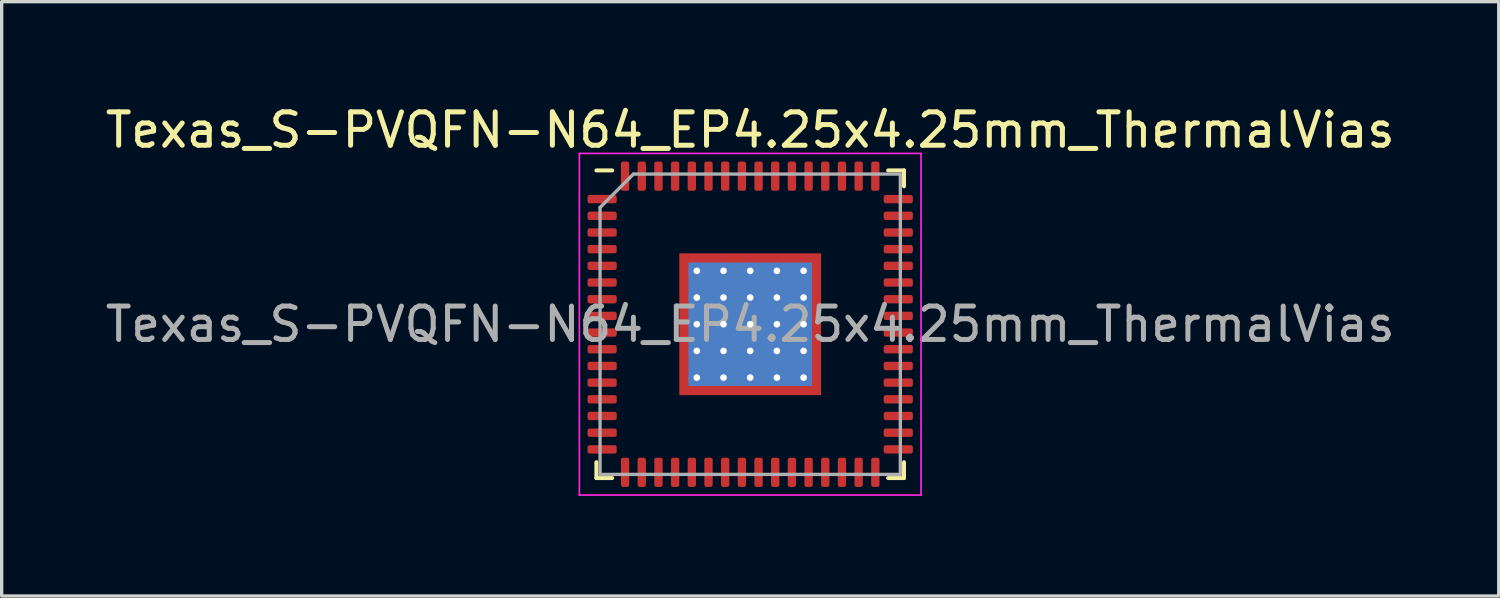
<source format=kicad_pcb>
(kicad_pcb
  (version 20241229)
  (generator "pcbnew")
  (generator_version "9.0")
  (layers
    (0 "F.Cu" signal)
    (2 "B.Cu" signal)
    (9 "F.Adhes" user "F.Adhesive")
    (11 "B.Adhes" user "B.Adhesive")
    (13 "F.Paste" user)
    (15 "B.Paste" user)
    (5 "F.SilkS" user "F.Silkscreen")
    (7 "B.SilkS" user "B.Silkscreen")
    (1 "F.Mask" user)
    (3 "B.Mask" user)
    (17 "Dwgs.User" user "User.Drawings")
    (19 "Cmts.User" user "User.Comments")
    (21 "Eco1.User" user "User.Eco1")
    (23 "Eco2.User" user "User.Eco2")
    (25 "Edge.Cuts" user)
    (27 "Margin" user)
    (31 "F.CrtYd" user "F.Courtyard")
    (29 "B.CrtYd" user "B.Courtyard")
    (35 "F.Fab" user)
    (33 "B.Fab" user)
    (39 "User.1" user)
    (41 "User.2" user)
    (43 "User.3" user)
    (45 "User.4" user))
  (footprint "Texas_S-PVQFN-N64_EP4.25x4.25mm_ThermalVias"
    (layer "F.Cu")
    (at 19.435 6.668)
    (property "Reference" "Texas_S-PVQFN-N64_EP4.25x4.25mm_ThermalVias" (at 0 -5.82 0) (layer "F.SilkS") (effects (font (size 1 1) (thickness 0.15))))
    (attr smd)
    (fp_line (start -4.61 4.61) (end -4.61 4.135) (stroke (width 0.12) (type solid)) (layer "F.SilkS"))
    (fp_line (start -4.135 -4.61) (end -4.61 -4.61) (stroke (width 0.12) (type solid)) (layer "F.SilkS"))
    (fp_line (start -4.135 4.61) (end -4.61 4.61) (stroke (width 0.12) (type solid)) (layer "F.SilkS"))
    (fp_line (start 4.135 -4.61) (end 4.61 -4.61) (stroke (width 0.12) (type solid)) (layer "F.SilkS"))
    (fp_line (start 4.135 4.61) (end 4.61 4.61) (stroke (width 0.12) (type solid)) (layer "F.SilkS"))
    (fp_line (start 4.61 -4.61) (end 4.61 -4.135) (stroke (width 0.12) (type solid)) (layer "F.SilkS"))
    (fp_line (start 4.61 4.61) (end 4.61 4.135) (stroke (width 0.12) (type solid)) (layer "F.SilkS"))
    (fp_line (start -5.12 -5.12) (end -5.12 5.12) (stroke (width 0.05) (type solid)) (layer "F.CrtYd"))
    (fp_line (start -5.12 5.12) (end 5.12 5.12) (stroke (width 0.05) (type solid)) (layer "F.CrtYd"))
    (fp_line (start 5.12 -5.12) (end -5.12 -5.12) (stroke (width 0.05) (type solid)) (layer "F.CrtYd"))
    (fp_line (start 5.12 5.12) (end 5.12 -5.12) (stroke (width 0.05) (type solid)) (layer "F.CrtYd"))
    (fp_line (start -4.5 -3.5) (end -3.5 -4.5) (stroke (width 0.1) (type solid)) (layer "F.Fab"))
    (fp_line (start -4.5 4.5) (end -4.5 -3.5) (stroke (width 0.1) (type solid)) (layer "F.Fab"))
    (fp_line (start -3.5 -4.5) (end 4.5 -4.5) (stroke (width 0.1) (type solid)) (layer "F.Fab"))
    (fp_line (start 4.5 -4.5) (end 4.5 4.5) (stroke (width 0.1) (type solid)) (layer "F.Fab"))
    (fp_line (start 4.5 4.5) (end -4.5 4.5) (stroke (width 0.1) (type solid)) (layer "F.Fab"))
    (fp_text user "${REFERENCE}" (at 0 0 0) (layer "F.Fab") (effects (font (size 1 1) (thickness 0.15))))
    (pad "" smd custom (at -1.863 -1.863) (size 0.295 0.295) (layers "F.Paste") (options (anchor circle)) (primitives (gr_poly (pts (xy -0.106 -0.106) (xy 0.106 -0.106) (xy 0.106 -0.013) (xy -0.013 0.106) (xy -0.106 0.106)) (width 0.212) (fill yes))))
    (pad "" smd custom (at -1.863 -1.2) (size 0.314 0.314) (layers "F.Paste") (options (anchor circle)) (primitives (gr_poly (pts (xy -0.106 -0.217) (xy 0.013 -0.217) (xy 0.106 -0.124) (xy 0.106 0.124) (xy 0.013 0.217) (xy -0.106 0.217)) (width 0.212) (fill yes))))
    (pad "" smd custom (at -1.863 -0.4) (size 0.314 0.314) (layers "F.Paste") (options (anchor circle)) (primitives (gr_poly (pts (xy -0.106 -0.217) (xy 0.013 -0.217) (xy 0.106 -0.124) (xy 0.106 0.124) (xy 0.013 0.217) (xy -0.106 0.217)) (width 0.212) (fill yes))))
    (pad "" smd custom (at -1.863 0.4) (size 0.314 0.314) (layers "F.Paste") (options (anchor circle)) (primitives (gr_poly (pts (xy -0.106 -0.217) (xy 0.013 -0.217) (xy 0.106 -0.124) (xy 0.106 0.124) (xy 0.013 0.217) (xy -0.106 0.217)) (width 0.212) (fill yes))))
    (pad "" smd custom (at -1.863 1.2) (size 0.314 0.314) (layers "F.Paste") (options (anchor circle)) (primitives (gr_poly (pts (xy -0.106 -0.217) (xy 0.013 -0.217) (xy 0.106 -0.124) (xy 0.106 0.124) (xy 0.013 0.217) (xy -0.106 0.217)) (width 0.212) (fill yes))))
    (pad "" smd custom (at -1.863 1.863) (size 0.295 0.295) (layers "F.Paste") (options (anchor circle)) (primitives (gr_poly (pts (xy -0.106 -0.106) (xy -0.013 -0.106) (xy 0.106 0.013) (xy 0.106 0.106) (xy -0.106 0.106)) (width 0.212) (fill yes))))
    (pad "" smd custom (at -1.2 -1.863) (size 0.314 0.314) (layers "F.Paste") (options (anchor circle)) (primitives (gr_poly (pts (xy -0.217 -0.106) (xy 0.217 -0.106) (xy 0.217 0.013) (xy 0.124 0.106) (xy -0.124 0.106) (xy -0.217 0.013)) (width 0.212) (fill yes))))
    (pad "" smd custom (at -1.2 -1.2) (size 0.555 0.555) (layers "F.Paste") (options (anchor circle)) (primitives (gr_poly (pts (xy -0.232 -0.157) (xy -0.157 -0.232) (xy 0.157 -0.232) (xy 0.232 -0.157) (xy 0.232 0.157) (xy 0.157 0.232) (xy -0.157 0.232) (xy -0.232 0.157)) (width 0.181) (fill yes))))
    (pad "" smd custom (at -1.2 -0.4) (size 0.555 0.555) (layers "F.Paste") (options (anchor circle)) (primitives (gr_poly (pts (xy -0.232 -0.157) (xy -0.157 -0.232) (xy 0.157 -0.232) (xy 0.232 -0.157) (xy 0.232 0.157) (xy 0.157 0.232) (xy -0.157 0.232) (xy -0.232 0.157)) (width 0.181) (fill yes))))
    (pad "" smd custom (at -1.2 0.4) (size 0.555 0.555) (layers "F.Paste") (options (anchor circle)) (primitives (gr_poly (pts (xy -0.232 -0.157) (xy -0.157 -0.232) (xy 0.157 -0.232) (xy 0.232 -0.157) (xy 0.232 0.157) (xy 0.157 0.232) (xy -0.157 0.232) (xy -0.232 0.157)) (width 0.181) (fill yes))))
    (pad "" smd custom (at -1.2 1.2) (size 0.555 0.555) (layers "F.Paste") (options (anchor circle)) (primitives (gr_poly (pts (xy -0.232 -0.157) (xy -0.157 -0.232) (xy 0.157 -0.232) (xy 0.232 -0.157) (xy 0.232 0.157) (xy 0.157 0.232) (xy -0.157 0.232) (xy -0.232 0.157)) (width 0.181) (fill yes))))
    (pad "" smd custom (at -1.2 1.863) (size 0.314 0.314) (layers "F.Paste") (options (anchor circle)) (primitives (gr_poly (pts (xy -0.217 -0.013) (xy -0.124 -0.106) (xy 0.124 -0.106) (xy 0.217 -0.013) (xy 0.217 0.106) (xy -0.217 0.106)) (width 0.212) (fill yes))))
    (pad "" smd custom (at -0.4 -1.863) (size 0.314 0.314) (layers "F.Paste") (options (anchor circle)) (primitives (gr_poly (pts (xy -0.217 -0.106) (xy 0.217 -0.106) (xy 0.217 0.013) (xy 0.124 0.106) (xy -0.124 0.106) (xy -0.217 0.013)) (width 0.212) (fill yes))))
    (pad "" smd custom (at -0.4 -1.2) (size 0.555 0.555) (layers "F.Paste") (options (anchor circle)) (primitives (gr_poly (pts (xy -0.232 -0.157) (xy -0.157 -0.232) (xy 0.157 -0.232) (xy 0.232 -0.157) (xy 0.232 0.157) (xy 0.157 0.232) (xy -0.157 0.232) (xy -0.232 0.157)) (width 0.181) (fill yes))))
    (pad "" smd custom (at -0.4 -0.4) (size 0.555 0.555) (layers "F.Paste") (options (anchor circle)) (primitives (gr_poly (pts (xy -0.232 -0.157) (xy -0.157 -0.232) (xy 0.157 -0.232) (xy 0.232 -0.157) (xy 0.232 0.157) (xy 0.157 0.232) (xy -0.157 0.232) (xy -0.232 0.157)) (width 0.181) (fill yes))))
    (pad "" smd custom (at -0.4 0.4) (size 0.555 0.555) (layers "F.Paste") (options (anchor circle)) (primitives (gr_poly (pts (xy -0.232 -0.157) (xy -0.157 -0.232) (xy 0.157 -0.232) (xy 0.232 -0.157) (xy 0.232 0.157) (xy 0.157 0.232) (xy -0.157 0.232) (xy -0.232 0.157)) (width 0.181) (fill yes))))
    (pad "" smd custom (at -0.4 1.2) (size 0.555 0.555) (layers "F.Paste") (options (anchor circle)) (primitives (gr_poly (pts (xy -0.232 -0.157) (xy -0.157 -0.232) (xy 0.157 -0.232) (xy 0.232 -0.157) (xy 0.232 0.157) (xy 0.157 0.232) (xy -0.157 0.232) (xy -0.232 0.157)) (width 0.181) (fill yes))))
    (pad "" smd custom (at -0.4 1.863) (size 0.314 0.314) (layers "F.Paste") (options (anchor circle)) (primitives (gr_poly (pts (xy -0.217 -0.013) (xy -0.124 -0.106) (xy 0.124 -0.106) (xy 0.217 -0.013) (xy 0.217 0.106) (xy -0.217 0.106)) (width 0.212) (fill yes))))
    (pad "" smd custom (at 0.4 -1.863) (size 0.314 0.314) (layers "F.Paste") (options (anchor circle)) (primitives (gr_poly (pts (xy -0.217 -0.106) (xy 0.217 -0.106) (xy 0.217 0.013) (xy 0.124 0.106) (xy -0.124 0.106) (xy -0.217 0.013)) (width 0.212) (fill yes))))
    (pad "" smd custom (at 0.4 -1.2) (size 0.555 0.555) (layers "F.Paste") (options (anchor circle)) (primitives (gr_poly (pts (xy -0.232 -0.157) (xy -0.157 -0.232) (xy 0.157 -0.232) (xy 0.232 -0.157) (xy 0.232 0.157) (xy 0.157 0.232) (xy -0.157 0.232) (xy -0.232 0.157)) (width 0.181) (fill yes))))
    (pad "" smd custom (at 0.4 -0.4) (size 0.555 0.555) (layers "F.Paste") (options (anchor circle)) (primitives (gr_poly (pts (xy -0.232 -0.157) (xy -0.157 -0.232) (xy 0.157 -0.232) (xy 0.232 -0.157) (xy 0.232 0.157) (xy 0.157 0.232) (xy -0.157 0.232) (xy -0.232 0.157)) (width 0.181) (fill yes))))
    (pad "" smd custom (at 0.4 0.4) (size 0.555 0.555) (layers "F.Paste") (options (anchor circle)) (primitives (gr_poly (pts (xy -0.232 -0.157) (xy -0.157 -0.232) (xy 0.157 -0.232) (xy 0.232 -0.157) (xy 0.232 0.157) (xy 0.157 0.232) (xy -0.157 0.232) (xy -0.232 0.157)) (width 0.181) (fill yes))))
    (pad "" smd custom (at 0.4 1.2) (size 0.555 0.555) (layers "F.Paste") (options (anchor circle)) (primitives (gr_poly (pts (xy -0.232 -0.157) (xy -0.157 -0.232) (xy 0.157 -0.232) (xy 0.232 -0.157) (xy 0.232 0.157) (xy 0.157 0.232) (xy -0.157 0.232) (xy -0.232 0.157)) (width 0.181) (fill yes))))
    (pad "" smd custom (at 0.4 1.863) (size 0.314 0.314) (layers "F.Paste") (options (anchor circle)) (primitives (gr_poly (pts (xy -0.217 -0.013) (xy -0.124 -0.106) (xy 0.124 -0.106) (xy 0.217 -0.013) (xy 0.217 0.106) (xy -0.217 0.106)) (width 0.212) (fill yes))))
    (pad "" smd custom (at 1.2 -1.863) (size 0.314 0.314) (layers "F.Paste") (options (anchor circle)) (primitives (gr_poly (pts (xy -0.217 -0.106) (xy 0.217 -0.106) (xy 0.217 0.013) (xy 0.124 0.106) (xy -0.124 0.106) (xy -0.217 0.013)) (width 0.212) (fill yes))))
    (pad "" smd custom (at 1.2 -1.2) (size 0.555 0.555) (layers "F.Paste") (options (anchor circle)) (primitives (gr_poly (pts (xy -0.232 -0.157) (xy -0.157 -0.232) (xy 0.157 -0.232) (xy 0.232 -0.157) (xy 0.232 0.157) (xy 0.157 0.232) (xy -0.157 0.232) (xy -0.232 0.157)) (width 0.181) (fill yes))))
    (pad "" smd custom (at 1.2 -0.4) (size 0.555 0.555) (layers "F.Paste") (options (anchor circle)) (primitives (gr_poly (pts (xy -0.232 -0.157) (xy -0.157 -0.232) (xy 0.157 -0.232) (xy 0.232 -0.157) (xy 0.232 0.157) (xy 0.157 0.232) (xy -0.157 0.232) (xy -0.232 0.157)) (width 0.181) (fill yes))))
    (pad "" smd custom (at 1.2 0.4) (size 0.555 0.555) (layers "F.Paste") (options (anchor circle)) (primitives (gr_poly (pts (xy -0.232 -0.157) (xy -0.157 -0.232) (xy 0.157 -0.232) (xy 0.232 -0.157) (xy 0.232 0.157) (xy 0.157 0.232) (xy -0.157 0.232) (xy -0.232 0.157)) (width 0.181) (fill yes))))
    (pad "" smd custom (at 1.2 1.2) (size 0.555 0.555) (layers "F.Paste") (options (anchor circle)) (primitives (gr_poly (pts (xy -0.232 -0.157) (xy -0.157 -0.232) (xy 0.157 -0.232) (xy 0.232 -0.157) (xy 0.232 0.157) (xy 0.157 0.232) (xy -0.157 0.232) (xy -0.232 0.157)) (width 0.181) (fill yes))))
    (pad "" smd custom (at 1.2 1.863) (size 0.314 0.314) (layers "F.Paste") (options (anchor circle)) (primitives (gr_poly (pts (xy -0.217 -0.013) (xy -0.124 -0.106) (xy 0.124 -0.106) (xy 0.217 -0.013) (xy 0.217 0.106) (xy -0.217 0.106)) (width 0.212) (fill yes))))
    (pad "" smd custom (at 1.863 -1.863) (size 0.295 0.295) (layers "F.Paste") (options (anchor circle)) (primitives (gr_poly (pts (xy -0.106 -0.106) (xy 0.106 -0.106) (xy 0.106 0.106) (xy 0.013 0.106) (xy -0.106 -0.013)) (width 0.212) (fill yes))))
    (pad "" smd custom (at 1.863 -1.2) (size 0.314 0.314) (layers "F.Paste") (options (anchor circle)) (primitives (gr_poly (pts (xy -0.106 -0.124) (xy -0.013 -0.217) (xy 0.106 -0.217) (xy 0.106 0.217) (xy -0.013 0.217) (xy -0.106 0.124)) (width 0.212) (fill yes))))
    (pad "" smd custom (at 1.863 -0.4) (size 0.314 0.314) (layers "F.Paste") (options (anchor circle)) (primitives (gr_poly (pts (xy -0.106 -0.124) (xy -0.013 -0.217) (xy 0.106 -0.217) (xy 0.106 0.217) (xy -0.013 0.217) (xy -0.106 0.124)) (width 0.212) (fill yes))))
    (pad "" smd custom (at 1.863 0.4) (size 0.314 0.314) (layers "F.Paste") (options (anchor circle)) (primitives (gr_poly (pts (xy -0.106 -0.124) (xy -0.013 -0.217) (xy 0.106 -0.217) (xy 0.106 0.217) (xy -0.013 0.217) (xy -0.106 0.124)) (width 0.212) (fill yes))))
    (pad "" smd custom (at 1.863 1.2) (size 0.314 0.314) (layers "F.Paste") (options (anchor circle)) (primitives (gr_poly (pts (xy -0.106 -0.124) (xy -0.013 -0.217) (xy 0.106 -0.217) (xy 0.106 0.217) (xy -0.013 0.217) (xy -0.106 0.124)) (width 0.212) (fill yes))))
    (pad "" smd custom (at 1.863 1.863) (size 0.295 0.295) (layers "F.Paste") (options (anchor circle)) (primitives (gr_poly (pts (xy -0.106 0.013) (xy 0.013 -0.106) (xy 0.106 -0.106) (xy 0.106 0.106) (xy -0.106 0.106)) (width 0.212) (fill yes))))
    (pad "1" smd roundrect (at -4.438 -3.75) (size 0.875 0.25) (layers "F.Cu" "F.Mask" "F.Paste") (roundrect_rratio 0.25))
    (pad "2" smd roundrect (at -4.438 -3.25) (size 0.875 0.25) (layers "F.Cu" "F.Mask" "F.Paste") (roundrect_rratio 0.25))
    (pad "3" smd roundrect (at -4.438 -2.75) (size 0.875 0.25) (layers "F.Cu" "F.Mask" "F.Paste") (roundrect_rratio 0.25))
    (pad "4" smd roundrect (at -4.438 -2.25) (size 0.875 0.25) (layers "F.Cu" "F.Mask" "F.Paste") (roundrect_rratio 0.25))
    (pad "5" smd roundrect (at -4.438 -1.75) (size 0.875 0.25) (layers "F.Cu" "F.Mask" "F.Paste") (roundrect_rratio 0.25))
    (pad "6" smd roundrect (at -4.438 -1.25) (size 0.875 0.25) (layers "F.Cu" "F.Mask" "F.Paste") (roundrect_rratio 0.25))
    (pad "7" smd roundrect (at -4.438 -0.75) (size 0.875 0.25) (layers "F.Cu" "F.Mask" "F.Paste") (roundrect_rratio 0.25))
    (pad "8" smd roundrect (at -4.438 -0.25) (size 0.875 0.25) (layers "F.Cu" "F.Mask" "F.Paste") (roundrect_rratio 0.25))
    (pad "9" smd roundrect (at -4.438 0.25) (size 0.875 0.25) (layers "F.Cu" "F.Mask" "F.Paste") (roundrect_rratio 0.25))
    (pad "10" smd roundrect (at -4.438 0.75) (size 0.875 0.25) (layers "F.Cu" "F.Mask" "F.Paste") (roundrect_rratio 0.25))
    (pad "11" smd roundrect (at -4.438 1.25) (size 0.875 0.25) (layers "F.Cu" "F.Mask" "F.Paste") (roundrect_rratio 0.25))
    (pad "12" smd roundrect (at -4.438 1.75) (size 0.875 0.25) (layers "F.Cu" "F.Mask" "F.Paste") (roundrect_rratio 0.25))
    (pad "13" smd roundrect (at -4.438 2.25) (size 0.875 0.25) (layers "F.Cu" "F.Mask" "F.Paste") (roundrect_rratio 0.25))
    (pad "14" smd roundrect (at -4.438 2.75) (size 0.875 0.25) (layers "F.Cu" "F.Mask" "F.Paste") (roundrect_rratio 0.25))
    (pad "15" smd roundrect (at -4.438 3.25) (size 0.875 0.25) (layers "F.Cu" "F.Mask" "F.Paste") (roundrect_rratio 0.25))
    (pad "16" smd roundrect (at -4.438 3.75) (size 0.875 0.25) (layers "F.Cu" "F.Mask" "F.Paste") (roundrect_rratio 0.25))
    (pad "17" smd roundrect (at -3.75 4.438) (size 0.25 0.875) (layers "F.Cu" "F.Mask" "F.Paste") (roundrect_rratio 0.25))
    (pad "18" smd roundrect (at -3.25 4.438) (size 0.25 0.875) (layers "F.Cu" "F.Mask" "F.Paste") (roundrect_rratio 0.25))
    (pad "19" smd roundrect (at -2.75 4.438) (size 0.25 0.875) (layers "F.Cu" "F.Mask" "F.Paste") (roundrect_rratio 0.25))
    (pad "20" smd roundrect (at -2.25 4.438) (size 0.25 0.875) (layers "F.Cu" "F.Mask" "F.Paste") (roundrect_rratio 0.25))
    (pad "21" smd roundrect (at -1.75 4.438) (size 0.25 0.875) (layers "F.Cu" "F.Mask" "F.Paste") (roundrect_rratio 0.25))
    (pad "22" smd roundrect (at -1.25 4.438) (size 0.25 0.875) (layers "F.Cu" "F.Mask" "F.Paste") (roundrect_rratio 0.25))
    (pad "23" smd roundrect (at -0.75 4.438) (size 0.25 0.875) (layers "F.Cu" "F.Mask" "F.Paste") (roundrect_rratio 0.25))
    (pad "24" smd roundrect (at -0.25 4.438) (size 0.25 0.875) (layers "F.Cu" "F.Mask" "F.Paste") (roundrect_rratio 0.25))
    (pad "25" smd roundrect (at 0.25 4.438) (size 0.25 0.875) (layers "F.Cu" "F.Mask" "F.Paste") (roundrect_rratio 0.25))
    (pad "26" smd roundrect (at 0.75 4.438) (size 0.25 0.875) (layers "F.Cu" "F.Mask" "F.Paste") (roundrect_rratio 0.25))
    (pad "27" smd roundrect (at 1.25 4.438) (size 0.25 0.875) (layers "F.Cu" "F.Mask" "F.Paste") (roundrect_rratio 0.25))
    (pad "28" smd roundrect (at 1.75 4.438) (size 0.25 0.875) (layers "F.Cu" "F.Mask" "F.Paste") (roundrect_rratio 0.25))
    (pad "29" smd roundrect (at 2.25 4.438) (size 0.25 0.875) (layers "F.Cu" "F.Mask" "F.Paste") (roundrect_rratio 0.25))
    (pad "30" smd roundrect (at 2.75 4.438) (size 0.25 0.875) (layers "F.Cu" "F.Mask" "F.Paste") (roundrect_rratio 0.25))
    (pad "31" smd roundrect (at 3.25 4.438) (size 0.25 0.875) (layers "F.Cu" "F.Mask" "F.Paste") (roundrect_rratio 0.25))
    (pad "32" smd roundrect (at 3.75 4.438) (size 0.25 0.875) (layers "F.Cu" "F.Mask" "F.Paste") (roundrect_rratio 0.25))
    (pad "33" smd roundrect (at 4.438 3.75) (size 0.875 0.25) (layers "F.Cu" "F.Mask" "F.Paste") (roundrect_rratio 0.25))
    (pad "34" smd roundrect (at 4.438 3.25) (size 0.875 0.25) (layers "F.Cu" "F.Mask" "F.Paste") (roundrect_rratio 0.25))
    (pad "35" smd roundrect (at 4.438 2.75) (size 0.875 0.25) (layers "F.Cu" "F.Mask" "F.Paste") (roundrect_rratio 0.25))
    (pad "36" smd roundrect (at 4.438 2.25) (size 0.875 0.25) (layers "F.Cu" "F.Mask" "F.Paste") (roundrect_rratio 0.25))
    (pad "37" smd roundrect (at 4.438 1.75) (size 0.875 0.25) (layers "F.Cu" "F.Mask" "F.Paste") (roundrect_rratio 0.25))
    (pad "38" smd roundrect (at 4.438 1.25) (size 0.875 0.25) (layers "F.Cu" "F.Mask" "F.Paste") (roundrect_rratio 0.25))
    (pad "39" smd roundrect (at 4.438 0.75) (size 0.875 0.25) (layers "F.Cu" "F.Mask" "F.Paste") (roundrect_rratio 0.25))
    (pad "40" smd roundrect (at 4.438 0.25) (size 0.875 0.25) (layers "F.Cu" "F.Mask" "F.Paste") (roundrect_rratio 0.25))
    (pad "41" smd roundrect (at 4.438 -0.25) (size 0.875 0.25) (layers "F.Cu" "F.Mask" "F.Paste") (roundrect_rratio 0.25))
    (pad "42" smd roundrect (at 4.438 -0.75) (size 0.875 0.25) (layers "F.Cu" "F.Mask" "F.Paste") (roundrect_rratio 0.25))
    (pad "43" smd roundrect (at 4.438 -1.25) (size 0.875 0.25) (layers "F.Cu" "F.Mask" "F.Paste") (roundrect_rratio 0.25))
    (pad "44" smd roundrect (at 4.438 -1.75) (size 0.875 0.25) (layers "F.Cu" "F.Mask" "F.Paste") (roundrect_rratio 0.25))
    (pad "45" smd roundrect (at 4.438 -2.25) (size 0.875 0.25) (layers "F.Cu" "F.Mask" "F.Paste") (roundrect_rratio 0.25))
    (pad "46" smd roundrect (at 4.438 -2.75) (size 0.875 0.25) (layers "F.Cu" "F.Mask" "F.Paste") (roundrect_rratio 0.25))
    (pad "47" smd roundrect (at 4.438 -3.25) (size 0.875 0.25) (layers "F.Cu" "F.Mask" "F.Paste") (roundrect_rratio 0.25))
    (pad "48" smd roundrect (at 4.438 -3.75) (size 0.875 0.25) (layers "F.Cu" "F.Mask" "F.Paste") (roundrect_rratio 0.25))
    (pad "49" smd roundrect (at 3.75 -4.438) (size 0.25 0.875) (layers "F.Cu" "F.Mask" "F.Paste") (roundrect_rratio 0.25))
    (pad "50" smd roundrect (at 3.25 -4.438) (size 0.25 0.875) (layers "F.Cu" "F.Mask" "F.Paste") (roundrect_rratio 0.25))
    (pad "51" smd roundrect (at 2.75 -4.438) (size 0.25 0.875) (layers "F.Cu" "F.Mask" "F.Paste") (roundrect_rratio 0.25))
    (pad "52" smd roundrect (at 2.25 -4.438) (size 0.25 0.875) (layers "F.Cu" "F.Mask" "F.Paste") (roundrect_rratio 0.25))
    (pad "53" smd roundrect (at 1.75 -4.438) (size 0.25 0.875) (layers "F.Cu" "F.Mask" "F.Paste") (roundrect_rratio 0.25))
    (pad "54" smd roundrect (at 1.25 -4.438) (size 0.25 0.875) (layers "F.Cu" "F.Mask" "F.Paste") (roundrect_rratio 0.25))
    (pad "55" smd roundrect (at 0.75 -4.438) (size 0.25 0.875) (layers "F.Cu" "F.Mask" "F.Paste") (roundrect_rratio 0.25))
    (pad "56" smd roundrect (at 0.25 -4.438) (size 0.25 0.875) (layers "F.Cu" "F.Mask" "F.Paste") (roundrect_rratio 0.25))
    (pad "57" smd roundrect (at -0.25 -4.438) (size 0.25 0.875) (layers "F.Cu" "F.Mask" "F.Paste") (roundrect_rratio 0.25))
    (pad "58" smd roundrect (at -0.75 -4.438) (size 0.25 0.875) (layers "F.Cu" "F.Mask" "F.Paste") (roundrect_rratio 0.25))
    (pad "59" smd roundrect (at -1.25 -4.438) (size 0.25 0.875) (layers "F.Cu" "F.Mask" "F.Paste") (roundrect_rratio 0.25))
    (pad "60" smd roundrect (at -1.75 -4.438) (size 0.25 0.875) (layers "F.Cu" "F.Mask" "F.Paste") (roundrect_rratio 0.25))
    (pad "61" smd roundrect (at -2.25 -4.438) (size 0.25 0.875) (layers "F.Cu" "F.Mask" "F.Paste") (roundrect_rratio 0.25))
    (pad "62" smd roundrect (at -2.75 -4.438) (size 0.25 0.875) (layers "F.Cu" "F.Mask" "F.Paste") (roundrect_rratio 0.25))
    (pad "63" smd roundrect (at -3.25 -4.438) (size 0.25 0.875) (layers "F.Cu" "F.Mask" "F.Paste") (roundrect_rratio 0.25))
    (pad "64" smd roundrect (at -3.75 -4.438) (size 0.25 0.875) (layers "F.Cu" "F.Mask" "F.Paste") (roundrect_rratio 0.25))
    (pad "65" thru_hole circle (at -1.6 -1.6) (size 0.5 0.5) (drill 0.2) (layers "*.Cu"))
    (pad "65" thru_hole circle (at -1.6 -0.8) (size 0.5 0.5) (drill 0.2) (layers "*.Cu"))
    (pad "65" thru_hole circle (at -1.6 0) (size 0.5 0.5) (drill 0.2) (layers "*.Cu"))
    (pad "65" thru_hole circle (at -1.6 0.8) (size 0.5 0.5) (drill 0.2) (layers "*.Cu"))
    (pad "65" thru_hole circle (at -1.6 1.6) (size 0.5 0.5) (drill 0.2) (layers "*.Cu"))
    (pad "65" thru_hole circle (at -0.8 -1.6) (size 0.5 0.5) (drill 0.2) (layers "*.Cu"))
    (pad "65" thru_hole circle (at -0.8 -0.8) (size 0.5 0.5) (drill 0.2) (layers "*.Cu"))
    (pad "65" thru_hole circle (at -0.8 0) (size 0.5 0.5) (drill 0.2) (layers "*.Cu"))
    (pad "65" thru_hole circle (at -0.8 0.8) (size 0.5 0.5) (drill 0.2) (layers "*.Cu"))
    (pad "65" thru_hole circle (at -0.8 1.6) (size 0.5 0.5) (drill 0.2) (layers "*.Cu"))
    (pad "65" thru_hole circle (at 0 -1.6) (size 0.5 0.5) (drill 0.2) (layers "*.Cu"))
    (pad "65" thru_hole circle (at 0 -0.8) (size 0.5 0.5) (drill 0.2) (layers "*.Cu"))
    (pad "65" thru_hole circle (at 0 0) (size 0.5 0.5) (drill 0.2) (layers "*.Cu"))
    (pad "65" smd rect (at 0 0) (size 3.7 3.7) (layers "B.Cu"))
    (pad "65" smd rect (at 0 0) (size 4.25 4.25) (layers "F.Cu" "F.Mask"))
    (pad "65" thru_hole circle (at 0 0.8) (size 0.5 0.5) (drill 0.2) (layers "*.Cu"))
    (pad "65" thru_hole circle (at 0 1.6) (size 0.5 0.5) (drill 0.2) (layers "*.Cu"))
    (pad "65" thru_hole circle (at 0.8 -1.6) (size 0.5 0.5) (drill 0.2) (layers "*.Cu"))
    (pad "65" thru_hole circle (at 0.8 -0.8) (size 0.5 0.5) (drill 0.2) (layers "*.Cu"))
    (pad "65" thru_hole circle (at 0.8 0) (size 0.5 0.5) (drill 0.2) (layers "*.Cu"))
    (pad "65" thru_hole circle (at 0.8 0.8) (size 0.5 0.5) (drill 0.2) (layers "*.Cu"))
    (pad "65" thru_hole circle (at 0.8 1.6) (size 0.5 0.5) (drill 0.2) (layers "*.Cu"))
    (pad "65" thru_hole circle (at 1.6 -1.6) (size 0.5 0.5) (drill 0.2) (layers "*.Cu"))
    (pad "65" thru_hole circle (at 1.6 -0.8) (size 0.5 0.5) (drill 0.2) (layers "*.Cu"))
    (pad "65" thru_hole circle (at 1.6 0) (size 0.5 0.5) (drill 0.2) (layers "*.Cu"))
    (pad "65" thru_hole circle (at 1.6 0.8) (size 0.5 0.5) (drill 0.2) (layers "*.Cu"))
    (pad "65" thru_hole circle (at 1.6 1.6) (size 0.5 0.5) (drill 0.2) (layers "*.Cu")))
  (gr_rect
    (start -3 -3)
    (end 41.869 14.813)
    (stroke (width 0.1) (type default))
    (fill no)
    (layer "Edge.Cuts")))
</source>
